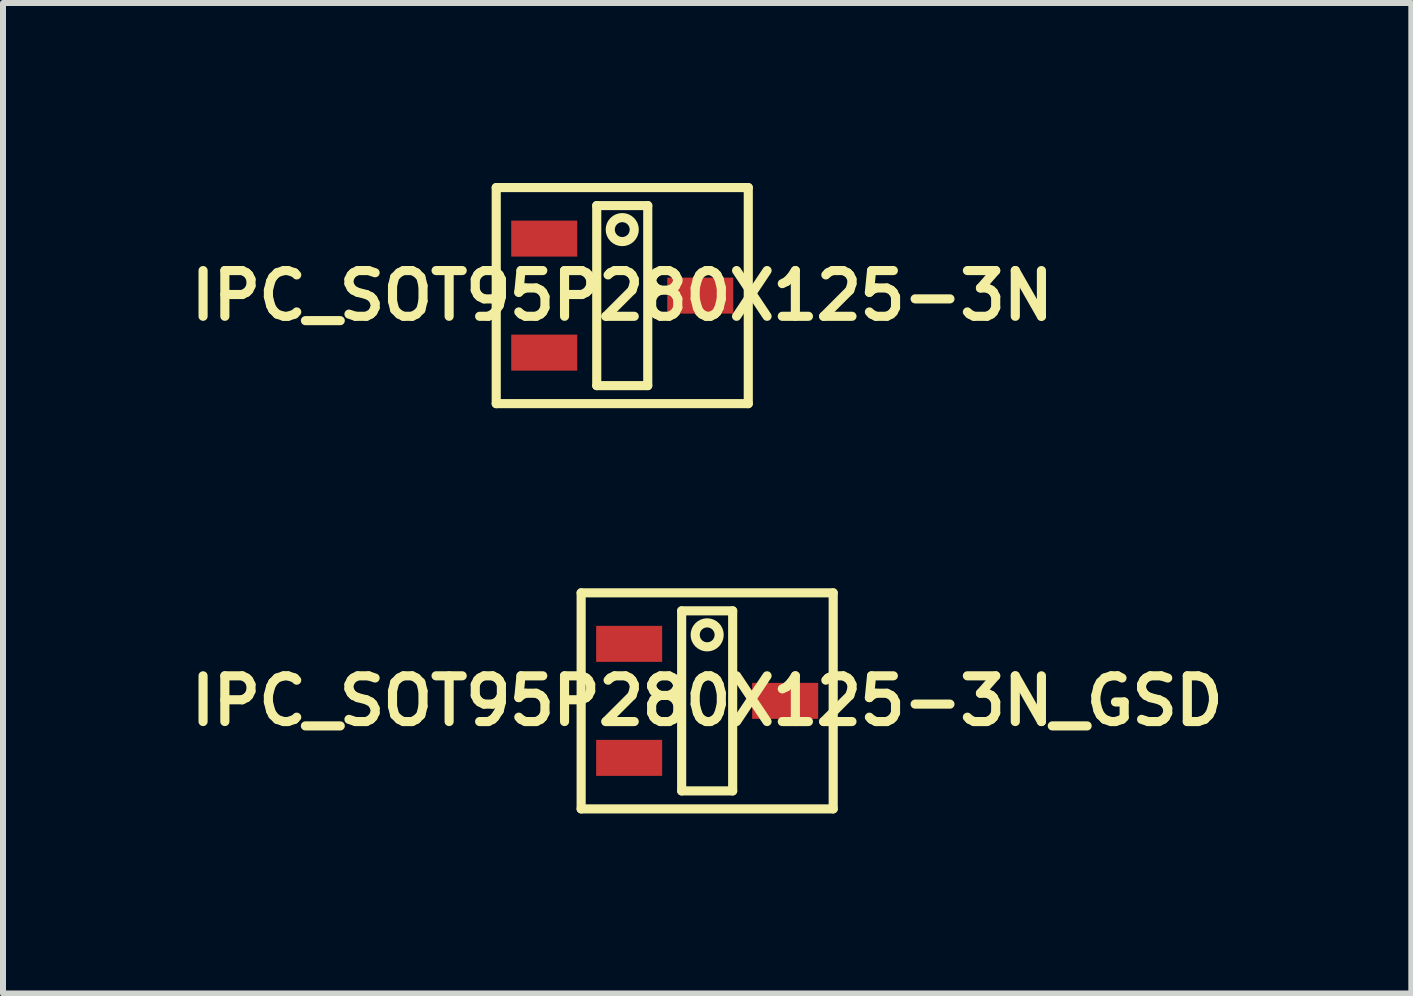
<source format=kicad_pcb>
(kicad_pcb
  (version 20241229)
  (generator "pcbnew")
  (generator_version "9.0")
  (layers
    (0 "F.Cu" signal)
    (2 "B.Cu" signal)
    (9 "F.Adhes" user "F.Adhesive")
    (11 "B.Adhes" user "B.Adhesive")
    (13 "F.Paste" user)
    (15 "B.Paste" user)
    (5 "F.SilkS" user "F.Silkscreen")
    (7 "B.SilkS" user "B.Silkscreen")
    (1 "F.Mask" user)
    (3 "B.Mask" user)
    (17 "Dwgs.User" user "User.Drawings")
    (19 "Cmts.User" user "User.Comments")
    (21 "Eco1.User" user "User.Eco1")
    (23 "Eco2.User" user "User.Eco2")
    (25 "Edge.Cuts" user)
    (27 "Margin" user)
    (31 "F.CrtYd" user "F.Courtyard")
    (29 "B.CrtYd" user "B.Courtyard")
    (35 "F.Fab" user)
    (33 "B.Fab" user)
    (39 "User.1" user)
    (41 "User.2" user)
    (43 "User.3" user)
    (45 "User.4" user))
  (footprint "IPC_SOT95P280X125-3N_GSD"
    (layer "F.Cu")
    (at 8.734 8.629)
    (property "Reference" "IPC_SOT95P280X125-3N_GSD" (at 0 0 0) (layer "F.SilkS") (effects (font (size 0.762 0.762) (thickness 0.152))))
    (attr through_hole)
    (fp_line (start -2.1 -1.8) (end 2.1 -1.8) (stroke (width 0.152) (type solid)) (layer "F.SilkS"))
    (fp_line (start -2.1 1.8) (end -2.1 -1.8) (stroke (width 0.152) (type solid)) (layer "F.SilkS"))
    (fp_line (start -0.425 -1.5) (end 0.425 -1.5) (stroke (width 0.152) (type solid)) (layer "F.SilkS"))
    (fp_line (start -0.425 1.5) (end -0.425 -1.5) (stroke (width 0.152) (type solid)) (layer "F.SilkS"))
    (fp_line (start 0.425 -1.5) (end 0.425 1.5) (stroke (width 0.152) (type solid)) (layer "F.SilkS"))
    (fp_line (start 0.425 1.5) (end -0.425 1.5) (stroke (width 0.152) (type solid)) (layer "F.SilkS"))
    (fp_line (start 2.1 -1.8) (end 2.1 1.8) (stroke (width 0.152) (type solid)) (layer "F.SilkS"))
    (fp_line (start 2.1 1.8) (end -2.1 1.8) (stroke (width 0.152) (type solid)) (layer "F.SilkS"))
    (fp_circle (center 0 -1.1) (end 0.2 -1.1) (stroke (width 0.152) (type solid)) (fill no) (layer "F.SilkS"))
    (pad "D" smd rect (at 1.3 0) (size 1.1 0.6) (layers "F.Cu" "F.Mask" "F.Paste"))
    (pad "G" smd rect (at -1.3 -0.95) (size 1.1 0.6) (layers "F.Cu" "F.Mask" "F.Paste"))
    (pad "S" smd rect (at -1.3 0.95) (size 1.1 0.6) (layers "F.Cu" "F.Mask" "F.Paste")))
  (footprint "IPC_SOT95P280X125-3N"
    (layer "F.Cu")
    (at 7.319 1.876)
    (property "Reference" "IPC_SOT95P280X125-3N" (at 0 0 0) (layer "F.SilkS") (effects (font (size 0.762 0.762) (thickness 0.152))))
    (attr through_hole)
    (fp_line (start -2.1 -1.8) (end 2.1 -1.8) (stroke (width 0.152) (type solid)) (layer "F.SilkS"))
    (fp_line (start -2.1 1.8) (end -2.1 -1.8) (stroke (width 0.152) (type solid)) (layer "F.SilkS"))
    (fp_line (start -0.425 -1.5) (end 0.425 -1.5) (stroke (width 0.152) (type solid)) (layer "F.SilkS"))
    (fp_line (start -0.425 1.5) (end -0.425 -1.5) (stroke (width 0.152) (type solid)) (layer "F.SilkS"))
    (fp_line (start 0.425 -1.5) (end 0.425 1.5) (stroke (width 0.152) (type solid)) (layer "F.SilkS"))
    (fp_line (start 0.425 1.5) (end -0.425 1.5) (stroke (width 0.152) (type solid)) (layer "F.SilkS"))
    (fp_line (start 2.1 -1.8) (end 2.1 1.8) (stroke (width 0.152) (type solid)) (layer "F.SilkS"))
    (fp_line (start 2.1 1.8) (end -2.1 1.8) (stroke (width 0.152) (type solid)) (layer "F.SilkS"))
    (fp_circle (center 0 -1.1) (end 0.2 -1.1) (stroke (width 0.152) (type solid)) (fill no) (layer "F.SilkS"))
    (pad "1" smd rect (at -1.3 -0.95) (size 1.1 0.6) (layers "F.Cu" "F.Mask" "F.Paste"))
    (pad "2" smd rect (at -1.3 0.95) (size 1.1 0.6) (layers "F.Cu" "F.Mask" "F.Paste"))
    (pad "3" smd rect (at 1.3 0) (size 1.1 0.6) (layers "F.Cu" "F.Mask" "F.Paste")))
  (gr_rect
    (start -3 -3)
    (end 20.468 13.505)
    (stroke (width 0.1) (type default))
    (fill no)
    (layer "Edge.Cuts")))
</source>
